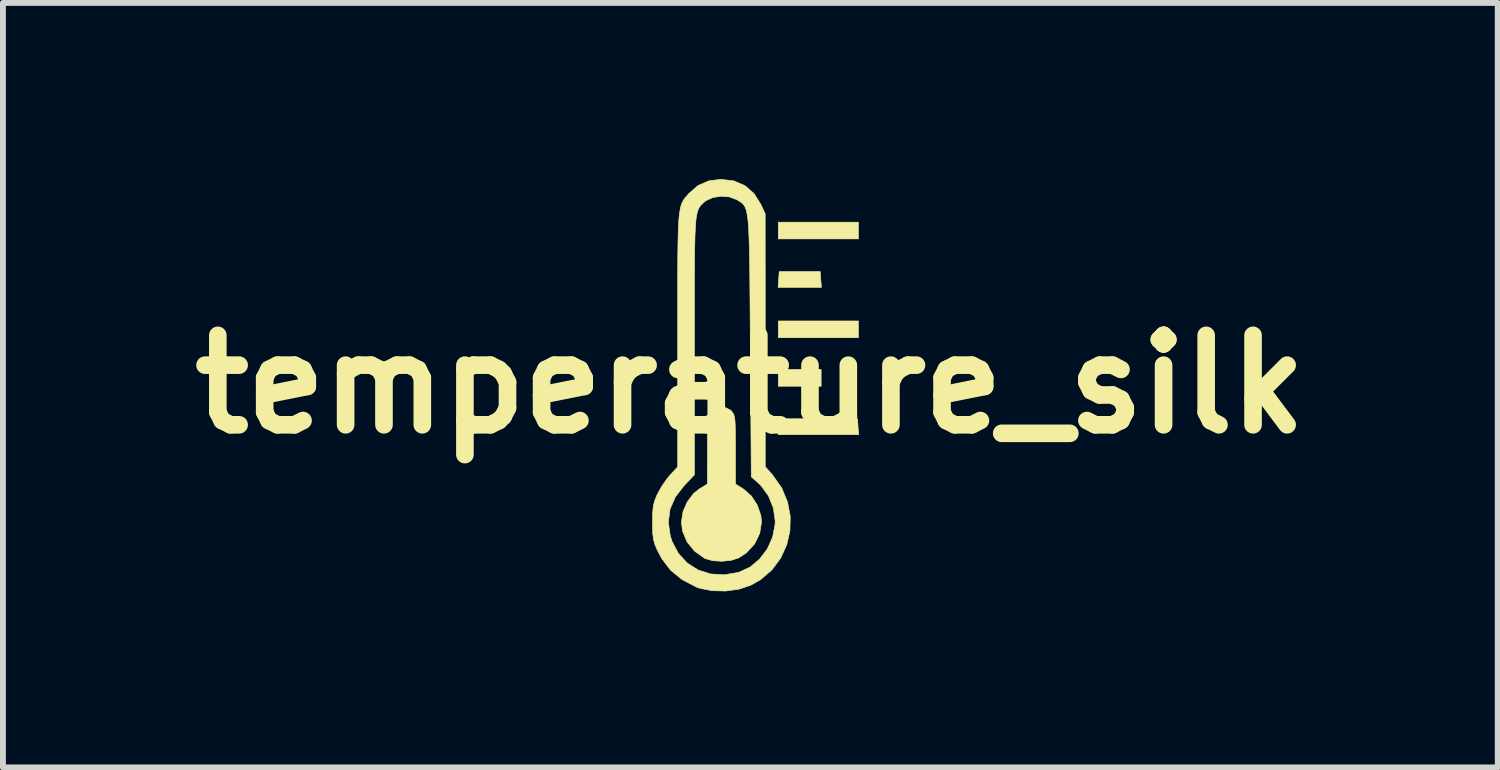
<source format=kicad_pcb>
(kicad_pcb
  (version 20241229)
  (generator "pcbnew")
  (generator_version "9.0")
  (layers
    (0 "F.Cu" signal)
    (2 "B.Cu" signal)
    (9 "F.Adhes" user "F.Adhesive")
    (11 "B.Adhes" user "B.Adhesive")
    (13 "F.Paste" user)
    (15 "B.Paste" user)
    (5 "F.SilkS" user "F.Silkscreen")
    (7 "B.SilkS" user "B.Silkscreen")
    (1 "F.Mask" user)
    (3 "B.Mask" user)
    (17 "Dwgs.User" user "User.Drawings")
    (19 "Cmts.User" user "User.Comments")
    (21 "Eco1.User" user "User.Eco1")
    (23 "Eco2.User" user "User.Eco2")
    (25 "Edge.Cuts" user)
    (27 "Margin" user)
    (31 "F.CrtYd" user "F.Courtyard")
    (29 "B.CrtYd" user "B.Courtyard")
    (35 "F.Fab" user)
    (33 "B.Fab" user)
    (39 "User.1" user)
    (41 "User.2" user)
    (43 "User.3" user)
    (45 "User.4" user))
  (footprint "temperature_silk"
    (layer "F.Cu")
    (at 9.732 3.497)
    (property "Reference" "temperature_silk" (at 0 0 0) (layer "F.SilkS") (effects (font (size 1.524 1.524) (thickness 0.3))))
    (attr through_hole)
    (fp_poly (pts (xy 1.206 0.032) (xy 0.476 0.032) (xy 0.476 -0.254) (xy 1.206 -0.254) (xy 1.206 0.032)) (stroke (width 0.01) (type solid)) (fill yes) (layer "F.SilkS"))
    (fp_poly (pts (xy 1.841 -2.477) (xy 0.476 -2.477) (xy 0.476 -2.762) (xy 1.841 -2.762) (xy 1.841 -2.477)) (stroke (width 0.01) (type solid)) (fill yes) (layer "F.SilkS"))
    (fp_poly (pts (xy 1.841 -0.794) (xy 0.476 -0.794) (xy 0.476 -1.079) (xy 1.841 -1.079) (xy 1.841 -0.794)) (stroke (width 0.01) (type solid)) (fill yes) (layer "F.SilkS"))
    (fp_poly (pts (xy 1.2 -1.786) (xy 1.21 -1.651) (xy 0.473 -1.651) (xy 0.482 -1.786) (xy 0.492 -1.921) (xy 1.191 -1.921) (xy 1.2 -1.786)) (stroke (width 0.01) (type solid)) (fill yes) (layer "F.SilkS"))
    (fp_poly (pts (xy 1.835 0.722) (xy 1.845 0.857) (xy 0.473 0.857) (xy 0.482 0.722) (xy 0.492 0.587) (xy 1.826 0.587) (xy 1.835 0.722)) (stroke (width 0.01) (type solid)) (fill yes) (layer "F.SilkS"))
    (fp_poly (pts (xy -0.342 0.437) (xy -0.323 0.454) (xy -0.299 0.484) (xy -0.281 0.518) (xy -0.268 0.567) (xy -0.26 0.641) (xy -0.256 0.748) (xy -0.254 0.9) (xy -0.253 1.105) (xy -0.253 1.113) (xy -0.252 1.699) (xy -0.112 1.787) (xy 0.019 1.904) (xy 0.12 2.06) (xy 0.179 2.234) (xy 0.191 2.341) (xy 0.16 2.539) (xy 0.073 2.718) (xy -0.064 2.868) (xy -0.197 2.956) (xy -0.326 2.998) (xy -0.481 3.014) (xy -0.637 3.005) (xy -0.765 2.97) (xy -0.778 2.964) (xy -0.951 2.841) (xy -1.079 2.683) (xy -1.155 2.501) (xy -1.174 2.348) (xy -1.148 2.173) (xy -1.075 2.004) (xy -0.967 1.86) (xy -0.869 1.782) (xy -0.732 1.699) (xy -0.731 1.109) (xy -0.731 0.902) (xy -0.729 0.748) (xy -0.725 0.639) (xy -0.717 0.565) (xy -0.705 0.517) (xy -0.688 0.484) (xy -0.664 0.457) (xy -0.657 0.45) (xy -0.555 0.392) (xy -0.443 0.387) (xy -0.342 0.437)) (stroke (width 0.01) (type solid)) (fill yes) (layer "F.SilkS"))
    (fp_poly (pts (xy -0.279 -3.465) (xy -0.091 -3.384) (xy 0.063 -3.249) (xy 0.179 -3.065) (xy 0.253 -2.905) (xy 0.254 -0.751) (xy 0.254 1.403) (xy 0.38 1.546) (xy 0.534 1.765) (xy 0.633 2.002) (xy 0.68 2.249) (xy 0.674 2.497) (xy 0.619 2.737) (xy 0.516 2.962) (xy 0.367 3.162) (xy 0.173 3.328) (xy 0.006 3.423) (xy -0.194 3.49) (xy -0.42 3.521) (xy -0.65 3.516) (xy -0.859 3.475) (xy -0.924 3.451) (xy -1.165 3.325) (xy -1.357 3.168) (xy -1.508 2.97) (xy -1.584 2.827) (xy -1.625 2.731) (xy -1.65 2.64) (xy -1.663 2.535) (xy -1.667 2.392) (xy -1.667 2.349) (xy -1.667 2.348) (xy -1.397 2.348) (xy -1.364 2.58) (xy -1.334 2.675) (xy -1.225 2.882) (xy -1.074 3.045) (xy -0.889 3.163) (xy -0.676 3.23) (xy -0.444 3.245) (xy -0.199 3.203) (xy -0.191 3.2) (xy -0.004 3.113) (xy 0.159 2.976) (xy 0.29 2.802) (xy 0.38 2.601) (xy 0.421 2.386) (xy 0.423 2.326) (xy 0.392 2.108) (xy 0.309 1.901) (xy 0.182 1.726) (xy 0.134 1.679) (xy 0.016 1.576) (xy 0 -0.649) (xy -0.003 -1.092) (xy -0.006 -1.476) (xy -0.009 -1.806) (xy -0.012 -2.086) (xy -0.017 -2.319) (xy -0.023 -2.512) (xy -0.03 -2.668) (xy -0.04 -2.792) (xy -0.053 -2.888) (xy -0.068 -2.961) (xy -0.087 -3.014) (xy -0.11 -3.054) (xy -0.137 -3.083) (xy -0.168 -3.107) (xy -0.205 -3.13) (xy -0.232 -3.146) (xy -0.353 -3.192) (xy -0.497 -3.204) (xy -0.639 -3.182) (xy -0.756 -3.129) (xy -0.78 -3.11) (xy -0.813 -3.079) (xy -0.842 -3.051) (xy -0.866 -3.021) (xy -0.886 -2.984) (xy -0.903 -2.935) (xy -0.917 -2.87) (xy -0.928 -2.784) (xy -0.936 -2.673) (xy -0.943 -2.532) (xy -0.947 -2.357) (xy -0.95 -2.142) (xy -0.952 -1.884) (xy -0.952 -1.577) (xy -0.953 -1.218) (xy -0.953 -0.801) (xy -0.953 -0.659) (xy -0.953 1.543) (xy -1.122 1.718) (xy -1.276 1.916) (xy -1.368 2.126) (xy -1.397 2.348) (xy -1.667 2.348) (xy -1.664 2.195) (xy -1.654 2.083) (xy -1.633 1.991) (xy -1.596 1.898) (xy -1.582 1.868) (xy -1.511 1.74) (xy -1.421 1.61) (xy -1.368 1.547) (xy -1.238 1.406) (xy -1.238 -0.759) (xy -1.238 -1.193) (xy -1.238 -1.568) (xy -1.238 -1.889) (xy -1.236 -2.16) (xy -1.233 -2.388) (xy -1.229 -2.575) (xy -1.223 -2.727) (xy -1.214 -2.848) (xy -1.202 -2.944) (xy -1.188 -3.018) (xy -1.17 -3.077) (xy -1.148 -3.123) (xy -1.122 -3.163) (xy -1.091 -3.2) (xy -1.056 -3.24) (xy -1.044 -3.254) (xy -0.889 -3.388) (xy -0.705 -3.467) (xy -0.499 -3.492) (xy -0.279 -3.465)) (stroke (width 0.01) (type solid)) (fill yes) (layer "F.SilkS")))
  (gr_rect
    (start -3 -3)
    (end 22.464 10.023)
    (stroke (width 0.1) (type default))
    (fill no)
    (layer "Edge.Cuts")))
</source>
